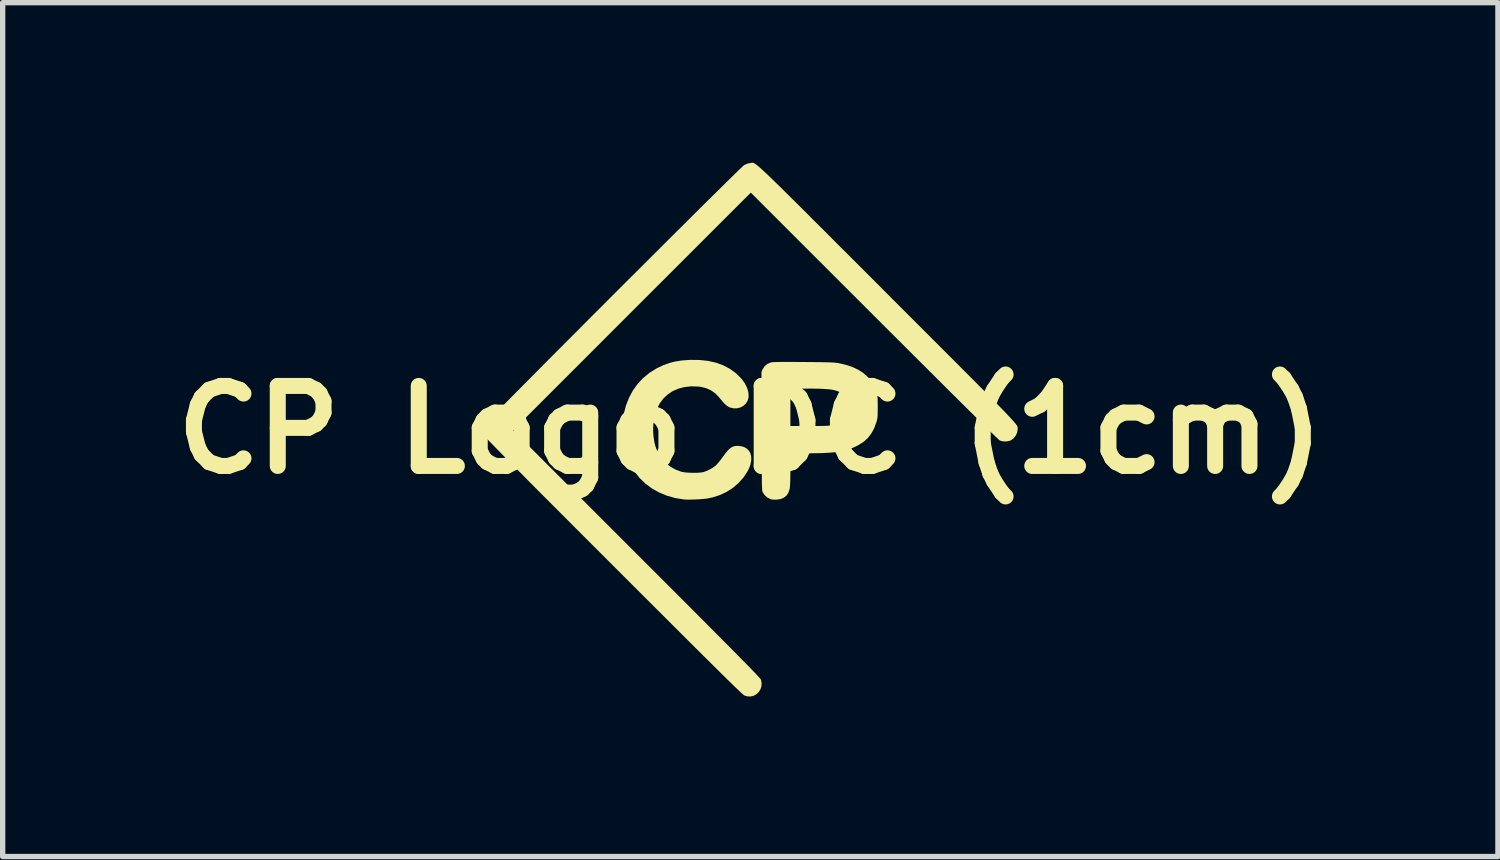
<source format=kicad_pcb>
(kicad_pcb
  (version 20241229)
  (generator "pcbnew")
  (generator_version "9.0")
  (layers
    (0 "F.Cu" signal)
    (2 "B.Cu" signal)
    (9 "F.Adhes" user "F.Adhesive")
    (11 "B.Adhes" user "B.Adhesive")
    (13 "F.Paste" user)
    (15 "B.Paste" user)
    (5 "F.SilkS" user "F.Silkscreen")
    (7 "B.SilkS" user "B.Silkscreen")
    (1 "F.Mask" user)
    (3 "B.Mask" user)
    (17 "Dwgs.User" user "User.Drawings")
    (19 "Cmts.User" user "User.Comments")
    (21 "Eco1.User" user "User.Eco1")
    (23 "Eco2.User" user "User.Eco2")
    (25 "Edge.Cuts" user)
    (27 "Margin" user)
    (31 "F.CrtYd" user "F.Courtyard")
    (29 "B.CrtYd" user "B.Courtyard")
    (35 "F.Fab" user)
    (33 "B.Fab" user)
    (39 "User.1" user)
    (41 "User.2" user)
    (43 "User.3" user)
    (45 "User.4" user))
  (footprint "CP Logo DC (1cm)"
    (layer "F.Cu")
    (at 11.014 5.006)
    (property "Reference" "CP Logo DC (1cm)" (at 0 0 0) (layer "F.SilkS") (effects (font (size 1.5 1.5) (thickness 0.3))))
    (attr board_only exclude_from_pos_files exclude_from_bom)
    (fp_poly (pts (xy -0.951 -1.308) (xy -0.792 -1.291) (xy -0.645 -1.258) (xy -0.509 -1.209) (xy -0.387 -1.145) (xy -0.276 -1.066) (xy -0.179 -0.972) (xy -0.16 -0.951) (xy -0.101 -0.869) (xy -0.06 -0.787) (xy -0.036 -0.705) (xy -0.031 -0.626) (xy -0.034 -0.599) (xy -0.053 -0.538) (xy -0.087 -0.487) (xy -0.133 -0.446) (xy -0.189 -0.417) (xy -0.251 -0.402) (xy -0.316 -0.402) (xy -0.381 -0.418) (xy -0.396 -0.425) (xy -0.421 -0.438) (xy -0.446 -0.456) (xy -0.474 -0.481) (xy -0.506 -0.514) (xy -0.545 -0.56) (xy -0.586 -0.61) (xy -0.658 -0.684) (xy -0.738 -0.74) (xy -0.828 -0.78) (xy -0.929 -0.805) (xy -0.977 -0.81) (xy -1.11 -0.814) (xy -1.235 -0.8) (xy -1.35 -0.77) (xy -1.455 -0.724) (xy -1.548 -0.662) (xy -1.629 -0.586) (xy -1.697 -0.495) (xy -1.751 -0.391) (xy -1.785 -0.296) (xy -1.806 -0.197) (xy -1.818 -0.089) (xy -1.821 0.021) (xy -1.816 0.107) (xy -1.805 0.187) (xy -1.793 0.254) (xy -1.776 0.315) (xy -1.753 0.375) (xy -1.727 0.43) (xy -1.67 0.526) (xy -1.597 0.611) (xy -1.51 0.683) (xy -1.412 0.741) (xy -1.303 0.783) (xy -1.283 0.789) (xy -1.24 0.797) (xy -1.183 0.803) (xy -1.118 0.806) (xy -1.05 0.807) (xy -0.985 0.806) (xy -0.928 0.801) (xy -0.885 0.795) (xy -0.877 0.793) (xy -0.809 0.768) (xy -0.74 0.734) (xy -0.678 0.694) (xy -0.646 0.669) (xy -0.622 0.644) (xy -0.59 0.607) (xy -0.554 0.562) (xy -0.519 0.515) (xy -0.512 0.505) (xy -0.462 0.437) (xy -0.418 0.384) (xy -0.377 0.346) (xy -0.338 0.321) (xy -0.296 0.307) (xy -0.25 0.302) (xy -0.205 0.303) (xy -0.134 0.317) (xy -0.076 0.345) (xy -0.031 0.386) (xy 0.001 0.437) (xy 0.017 0.499) (xy 0.019 0.568) (xy 0.005 0.645) (xy -0.024 0.726) (xy -0.052 0.78) (xy -0.129 0.896) (xy -0.221 0.999) (xy -0.326 1.089) (xy -0.444 1.165) (xy -0.573 1.225) (xy -0.712 1.269) (xy -0.807 1.289) (xy -0.851 1.294) (xy -0.908 1.299) (xy -0.974 1.304) (xy -1.043 1.307) (xy -1.11 1.309) (xy -1.169 1.31) (xy -1.217 1.308) (xy -1.238 1.307) (xy -1.406 1.28) (xy -1.563 1.236) (xy -1.708 1.176) (xy -1.842 1.101) (xy -1.963 1.011) (xy -2.071 0.908) (xy -2.165 0.79) (xy -2.244 0.659) (xy -2.309 0.516) (xy -2.357 0.361) (xy -2.373 0.293) (xy -2.381 0.238) (xy -2.387 0.168) (xy -2.39 0.088) (xy -2.392 0.002) (xy -2.39 -0.083) (xy -2.387 -0.163) (xy -2.381 -0.234) (xy -2.373 -0.29) (xy -2.373 -0.293) (xy -2.331 -0.452) (xy -2.274 -0.599) (xy -2.201 -0.735) (xy -2.113 -0.858) (xy -2.01 -0.968) (xy -1.893 -1.065) (xy -1.762 -1.147) (xy -1.734 -1.162) (xy -1.626 -1.212) (xy -1.519 -1.251) (xy -1.409 -1.279) (xy -1.29 -1.298) (xy -1.159 -1.308) (xy -1.121 -1.31)) (stroke (width 0) (type solid)) (fill yes) (layer "F.SilkS"))
    (fp_poly (pts (xy 0.849 -1.271) (xy 0.982 -1.27) (xy 1.007 -1.27) (xy 1.133 -1.269) (xy 1.24 -1.268) (xy 1.33 -1.267) (xy 1.406 -1.265) (xy 1.468 -1.264) (xy 1.519 -1.262) (xy 1.561 -1.26) (xy 1.594 -1.257) (xy 1.622 -1.254) (xy 1.645 -1.251) (xy 1.654 -1.249) (xy 1.792 -1.217) (xy 1.913 -1.177) (xy 2.018 -1.128) (xy 2.11 -1.071) (xy 2.189 -1.003) (xy 2.21 -0.981) (xy 2.264 -0.916) (xy 2.307 -0.845) (xy 2.343 -0.764) (xy 2.362 -0.706) (xy 2.371 -0.674) (xy 2.378 -0.646) (xy 2.383 -0.618) (xy 2.387 -0.586) (xy 2.388 -0.547) (xy 2.389 -0.496) (xy 2.389 -0.429) (xy 2.389 -0.421) (xy 2.389 -0.352) (xy 2.388 -0.3) (xy 2.387 -0.259) (xy 2.384 -0.227) (xy 2.379 -0.199) (xy 2.372 -0.171) (xy 2.363 -0.139) (xy 2.362 -0.137) (xy 2.321 -0.025) (xy 2.269 0.071) (xy 2.205 0.153) (xy 2.127 0.224) (xy 2.033 0.284) (xy 2.006 0.299) (xy 1.939 0.331) (xy 1.873 0.358) (xy 1.803 0.38) (xy 1.728 0.399) (xy 1.645 0.413) (xy 1.554 0.424) (xy 1.45 0.432) (xy 1.333 0.438) (xy 1.2 0.44) (xy 1.075 0.441) (xy 0.752 0.441) (xy 0.752 0.744) (xy 0.751 0.852) (xy 0.75 0.94) (xy 0.747 1.01) (xy 0.744 1.063) (xy 0.74 1.1) (xy 0.738 1.109) (xy 0.715 1.179) (xy 0.679 1.234) (xy 0.628 1.274) (xy 0.565 1.3) (xy 0.492 1.31) (xy 0.451 1.31) (xy 0.415 1.308) (xy 0.392 1.305) (xy 0.391 1.304) (xy 0.324 1.273) (xy 0.271 1.227) (xy 0.234 1.173) (xy 0.231 1.167) (xy 0.229 1.159) (xy 0.226 1.149) (xy 0.224 1.135) (xy 0.223 1.116) (xy 0.221 1.091) (xy 0.22 1.059) (xy 0.218 1.019) (xy 0.217 0.969) (xy 0.217 0.909) (xy 0.216 0.837) (xy 0.215 0.753) (xy 0.215 0.654) (xy 0.214 0.541) (xy 0.214 0.411) (xy 0.213 0.264) (xy 0.213 0.098) (xy 0.213 0.026) (xy 0.212 -0.421) (xy 0.752 -0.421) (xy 0.752 -0.07) (xy 1.11 -0.07) (xy 1.214 -0.071) (xy 1.299 -0.071) (xy 1.369 -0.072) (xy 1.425 -0.074) (xy 1.469 -0.077) (xy 1.504 -0.08) (xy 1.531 -0.084) (xy 1.539 -0.085) (xy 1.617 -0.107) (xy 1.684 -0.138) (xy 1.736 -0.174) (xy 1.765 -0.206) (xy 1.795 -0.266) (xy 1.814 -0.337) (xy 1.821 -0.415) (xy 1.816 -0.483) (xy 1.8 -0.558) (xy 1.774 -0.618) (xy 1.737 -0.664) (xy 1.688 -0.699) (xy 1.68 -0.704) (xy 1.645 -0.72) (xy 1.606 -0.734) (xy 1.563 -0.745) (xy 1.513 -0.754) (xy 1.453 -0.76) (xy 1.383 -0.765) (xy 1.299 -0.769) (xy 1.2 -0.771) (xy 1.083 -0.772) (xy 1.05 -0.772) (xy 0.752 -0.772) (xy 0.752 -0.421) (xy 0.212 -0.421) (xy 0.21 -1.085) (xy 0.234 -1.138) (xy 0.27 -1.193) (xy 0.32 -1.234) (xy 0.382 -1.26) (xy 0.394 -1.263) (xy 0.414 -1.266) (xy 0.448 -1.268) (xy 0.495 -1.27) (xy 0.559 -1.271) (xy 0.638 -1.272) (xy 0.734 -1.272)) (stroke (width 0) (type solid)) (fill yes) (layer "F.SilkS"))
    (fp_poly (pts (xy 0.047 -5.005) (xy 0.057 -5.003) (xy 0.068 -4.998) (xy 0.081 -4.991) (xy 0.097 -4.981) (xy 0.116 -4.967) (xy 0.138 -4.95) (xy 0.164 -4.928) (xy 0.194 -4.902) (xy 0.229 -4.87) (xy 0.269 -4.833) (xy 0.315 -4.79) (xy 0.367 -4.74) (xy 0.426 -4.683) (xy 0.491 -4.619) (xy 0.565 -4.548) (xy 0.646 -4.468) (xy 0.735 -4.379) (xy 0.834 -4.282) (xy 0.941 -4.175) (xy 1.059 -4.058) (xy 1.186 -3.93) (xy 1.325 -3.792) (xy 1.474 -3.643) (xy 1.635 -3.481) (xy 1.809 -3.308) (xy 1.994 -3.123) (xy 2.193 -2.924) (xy 2.405 -2.712) (xy 2.573 -2.543) (xy 2.794 -2.322) (xy 3.001 -2.115) (xy 3.195 -1.921) (xy 3.376 -1.74) (xy 3.545 -1.571) (xy 3.702 -1.414) (xy 3.847 -1.269) (xy 3.981 -1.134) (xy 4.105 -1.01) (xy 4.218 -0.897) (xy 4.321 -0.792) (xy 4.416 -0.697) (xy 4.501 -0.611) (xy 4.578 -0.533) (xy 4.646 -0.463) (xy 4.708 -0.4) (xy 4.762 -0.345) (xy 4.809 -0.295) (xy 4.85 -0.252) (xy 4.885 -0.214) (xy 4.915 -0.181) (xy 4.94 -0.153) (xy 4.96 -0.129) (xy 4.977 -0.109) (xy 4.989 -0.092) (xy 4.999 -0.078) (xy 5.006 -0.066) (xy 5.01 -0.057) (xy 5.012 -0.048) (xy 5.013 -0.041) (xy 5.013 -0.034) (xy 5.013 -0.027) (xy 5.012 -0.02) (xy 5.012 -0.012) (xy 5.012 -0.011) (xy 5.003 0.05) (xy 4.977 0.108) (xy 4.939 0.158) (xy 4.89 0.195) (xy 4.877 0.202) (xy 4.826 0.216) (xy 4.769 0.22) (xy 4.714 0.213) (xy 4.676 0.2) (xy 4.665 0.191) (xy 4.64 0.167) (xy 4.602 0.131) (xy 4.55 0.081) (xy 4.485 0.017) (xy 4.408 -0.059) (xy 4.317 -0.148) (xy 4.215 -0.249) (xy 4.1 -0.362) (xy 3.974 -0.487) (xy 3.836 -0.624) (xy 3.687 -0.772) (xy 3.528 -0.931) (xy 3.357 -1.101) (xy 3.176 -1.282) (xy 2.985 -1.472) (xy 2.784 -1.673) (xy 2.573 -1.883) (xy 2.353 -2.103) (xy 2.323 -2.133) (xy 0.01 -4.445) (xy -2.218 -2.218) (xy -4.445 0.01) (xy -2.129 2.328) (xy -1.909 2.548) (xy -1.703 2.754) (xy -1.511 2.946) (xy -1.331 3.126) (xy -1.164 3.293) (xy -1.01 3.448) (xy -0.866 3.592) (xy -0.734 3.725) (xy -0.613 3.846) (xy -0.502 3.958) (xy -0.402 4.059) (xy -0.31 4.151) (xy -0.228 4.235) (xy -0.155 4.309) (xy -0.09 4.375) (xy -0.032 4.434) (xy 0.018 4.485) (xy 0.06 4.529) (xy 0.097 4.567) (xy 0.127 4.599) (xy 0.151 4.625) (xy 0.17 4.646) (xy 0.184 4.663) (xy 0.194 4.675) (xy 0.199 4.683) (xy 0.201 4.686) (xy 0.213 4.752) (xy 0.208 4.814) (xy 0.188 4.871) (xy 0.156 4.92) (xy 0.113 4.959) (xy 0.062 4.987) (xy 0.006 5) (xy -0.055 4.998) (xy -0.113 4.979) (xy -0.12 4.975) (xy -0.132 4.965) (xy -0.149 4.95) (xy -0.172 4.929) (xy -0.201 4.902) (xy -0.236 4.868) (xy -0.278 4.828) (xy -0.328 4.78) (xy -0.385 4.724) (xy -0.45 4.66) (xy -0.524 4.587) (xy -0.606 4.506) (xy -0.698 4.415) (xy -0.799 4.315) (xy -0.91 4.205) (xy -1.032 4.084) (xy -1.164 3.952) (xy -1.308 3.809) (xy -1.463 3.654) (xy -1.63 3.487) (xy -1.809 3.308) (xy -2.001 3.117) (xy -2.207 2.911) (xy -2.425 2.693) (xy -2.567 2.551) (xy -2.812 2.306) (xy -3.043 2.075) (xy -3.26 1.858) (xy -3.463 1.654) (xy -3.653 1.464) (xy -3.83 1.287) (xy -3.993 1.124) (xy -4.143 0.973) (xy -4.28 0.834) (xy -4.405 0.709) (xy -4.517 0.596) (xy -4.617 0.495) (xy -4.705 0.406) (xy -4.78 0.329) (xy -4.844 0.263) (xy -4.897 0.209) (xy -4.937 0.167) (xy -4.967 0.135) (xy -4.985 0.115) (xy -4.993 0.105) (xy -4.993 0.105) (xy -5.007 0.056) (xy -5.011 -0.001) (xy -5.004 -0.055) (xy -4.996 -0.078) (xy -4.988 -0.089) (xy -4.966 -0.113) (xy -4.931 -0.15) (xy -4.883 -0.199) (xy -4.824 -0.259) (xy -4.754 -0.331) (xy -4.674 -0.413) (xy -4.583 -0.505) (xy -4.484 -0.606) (xy -4.376 -0.715) (xy -4.26 -0.832) (xy -4.136 -0.957) (xy -4.006 -1.088) (xy -3.871 -1.224) (xy -3.729 -1.367) (xy -3.583 -1.513) (xy -3.433 -1.664) (xy -3.279 -1.818) (xy -3.123 -1.975) (xy -2.964 -2.135) (xy -2.803 -2.295) (xy -2.642 -2.457) (xy -2.48 -2.619) (xy -2.319 -2.78) (xy -2.158 -2.94) (xy -1.999 -3.099) (xy -1.842 -3.256) (xy -1.688 -3.409) (xy -1.538 -3.559) (xy -1.391 -3.705) (xy -1.249 -3.846) (xy -1.113 -3.982) (xy -0.983 -4.111) (xy -0.859 -4.234) (xy -0.742 -4.35) (xy -0.633 -4.457) (xy -0.533 -4.556) (xy -0.442 -4.646) (xy -0.36 -4.726) (xy -0.289 -4.795) (xy -0.229 -4.854) (xy -0.181 -4.9) (xy -0.145 -4.935) (xy -0.121 -4.956) (xy -0.112 -4.963) (xy -0.046 -4.991) (xy -0.002 -4.999) (xy 0.008 -5) (xy 0.016 -5.002) (xy 0.024 -5.004) (xy 0.031 -5.005) (xy 0.039 -5.006)) (stroke (width 0) (type solid)) (fill yes) (layer "F.SilkS")))
  (gr_rect
    (start -3 -3)
    (end 25.029 13.006)
    (stroke (width 0.1) (type default))
    (fill no)
    (layer "Edge.Cuts")))
</source>
